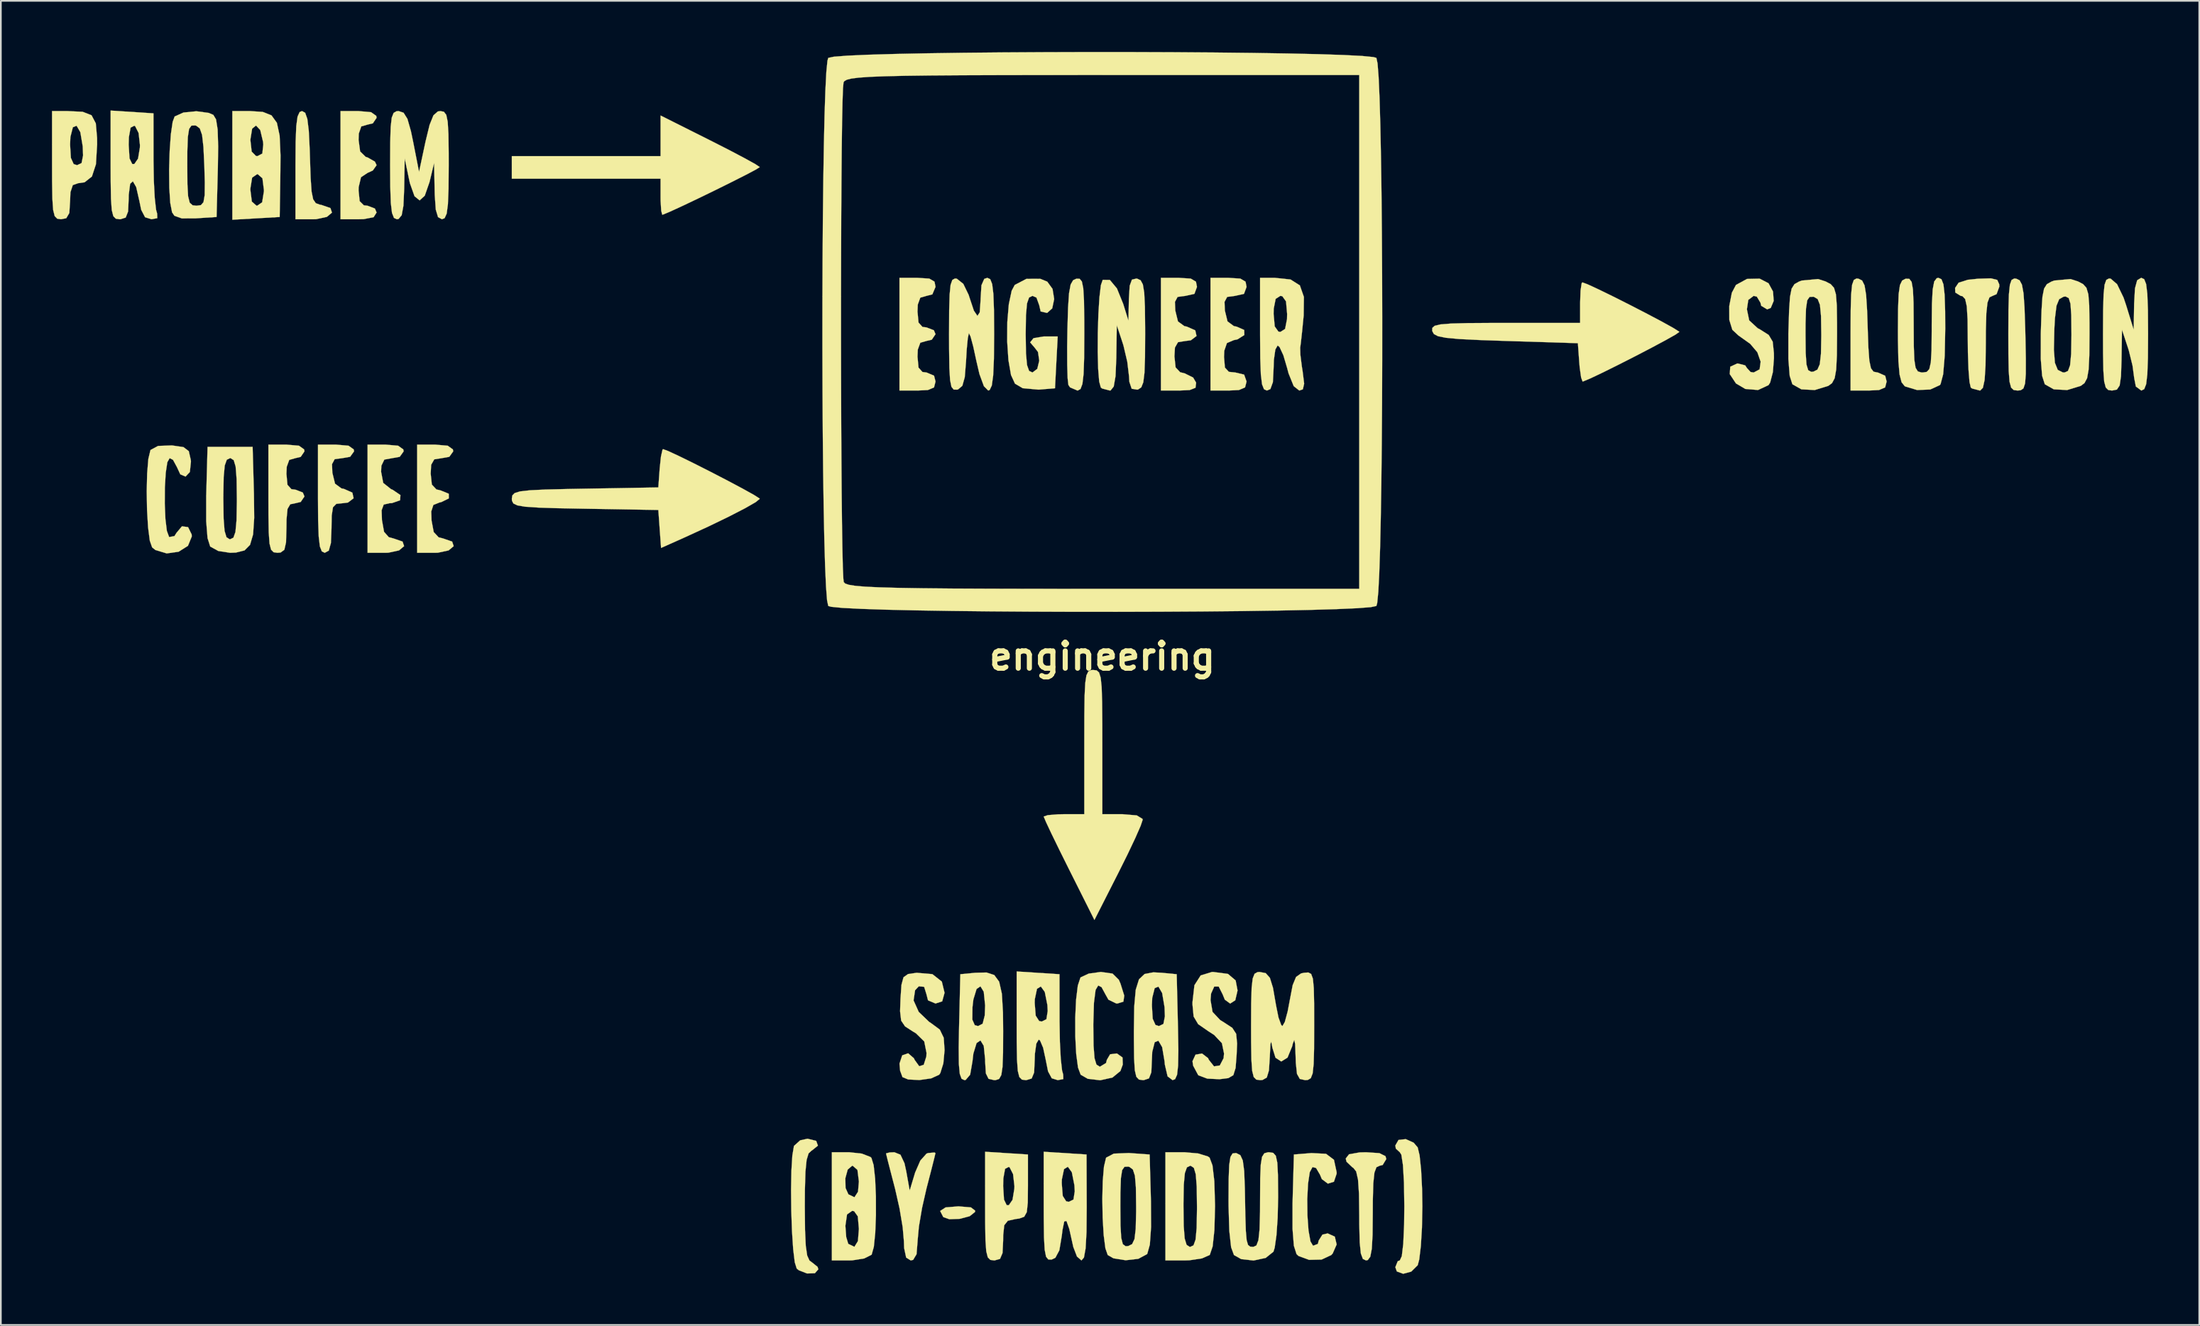
<source format=kicad_pcb>
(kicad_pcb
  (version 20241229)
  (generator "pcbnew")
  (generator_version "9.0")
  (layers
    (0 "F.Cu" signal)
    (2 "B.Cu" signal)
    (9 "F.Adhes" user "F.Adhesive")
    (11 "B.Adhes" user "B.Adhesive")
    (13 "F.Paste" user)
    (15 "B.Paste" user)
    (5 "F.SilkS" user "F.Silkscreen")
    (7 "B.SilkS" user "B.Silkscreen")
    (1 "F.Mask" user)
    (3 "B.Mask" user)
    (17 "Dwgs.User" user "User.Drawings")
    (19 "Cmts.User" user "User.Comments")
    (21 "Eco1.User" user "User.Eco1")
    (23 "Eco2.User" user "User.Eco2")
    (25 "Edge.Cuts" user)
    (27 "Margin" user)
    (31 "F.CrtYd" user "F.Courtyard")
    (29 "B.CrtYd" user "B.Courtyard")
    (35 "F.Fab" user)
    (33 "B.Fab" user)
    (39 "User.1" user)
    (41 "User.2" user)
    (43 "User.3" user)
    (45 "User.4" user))
  (footprint "engineering"
    (layer "F.Cu")
    (at 61.653 35.485)
    (property "Reference" "engineering" (at 0 0 0) (layer "F.SilkS") (effects (font (size 1.524 1.524) (thickness 0.3))))
    (attr through_hole)
    (fp_poly (pts (xy -7.713 32.341) (xy -7.462 32.533) (xy -7.473 32.61) (xy -7.787 32.859) (xy -8.374 33.014) (xy -8.983 33.035) (xy -9.336 32.909) (xy -9.519 32.551) (xy -9.2 32.342) (xy -8.445 32.279) (xy -7.713 32.341)) (stroke (width 0.01) (type solid)) (fill yes) (layer "F.SilkS"))
    (fp_poly (pts (xy -46.789 -31.913) (xy -46.663 -31.554) (xy -46.578 -30.855) (xy -46.523 -29.734) (xy -46.51 -29.303) (xy -46.469 -28.081) (xy -46.414 -27.29) (xy -46.32 -26.831) (xy -46.165 -26.607) (xy -45.923 -26.519) (xy -45.839 -26.506) (xy -45.307 -26.322) (xy -45.217 -26.055) (xy -45.514 -25.804) (xy -46.144 -25.669) (xy -46.302 -25.665) (xy -47.36 -25.665) (xy -47.36 -28.84) (xy -47.35 -30.214) (xy -47.312 -31.138) (xy -47.237 -31.693) (xy -47.115 -31.958) (xy -46.973 -32.015) (xy -46.789 -31.913)) (stroke (width 0.01) (type solid)) (fill yes) (layer "F.SilkS"))
    (fp_poly (pts (xy -23.019 -30.295) (xy -21.906 -29.729) (xy -20.99 -29.246) (xy -20.361 -28.897) (xy -20.109 -28.729) (xy -20.108 -28.725) (xy -20.329 -28.585) (xy -20.915 -28.275) (xy -21.755 -27.85) (xy -22.734 -27.365) (xy -23.739 -26.877) (xy -24.659 -26.44) (xy -25.378 -26.109) (xy -25.786 -25.94) (xy -25.831 -25.929) (xy -25.892 -26.164) (xy -25.927 -26.751) (xy -25.929 -26.988) (xy -25.929 -28.046) (xy -34.66 -28.046) (xy -34.66 -29.369) (xy -25.929 -29.369) (xy -25.929 -31.754) (xy -23.019 -30.295)) (stroke (width 0.01) (type solid)) (fill yes) (layer "F.SilkS"))
    (fp_poly (pts (xy -1.329 -22.169) (xy -1.199 -22.008) (xy -1.118 -21.611) (xy -1.076 -20.895) (xy -1.06 -19.779) (xy -1.058 -18.937) (xy -1.067 -17.535) (xy -1.1 -16.582) (xy -1.168 -15.998) (xy -1.279 -15.701) (xy -1.443 -15.611) (xy -1.464 -15.61) (xy -1.896 -15.796) (xy -1.992 -15.941) (xy -2.036 -16.328) (xy -2.061 -17.121) (xy -2.064 -18.195) (xy -2.049 -19.179) (xy -2.011 -20.47) (xy -1.953 -21.324) (xy -1.86 -21.832) (xy -1.715 -22.086) (xy -1.521 -22.175) (xy -1.329 -22.169)) (stroke (width 0.01) (type solid)) (fill yes) (layer "F.SilkS"))
    (fp_poly (pts (xy 44.384 -22.175) (xy 44.598 -22.068) (xy 44.741 -21.783) (xy 44.833 -21.223) (xy 44.892 -20.295) (xy 44.922 -19.378) (xy 44.964 -18.155) (xy 45.022 -17.366) (xy 45.116 -16.919) (xy 45.267 -16.718) (xy 45.496 -16.669) (xy 45.518 -16.669) (xy 45.953 -16.477) (xy 46.037 -16.14) (xy 45.949 -15.793) (xy 45.59 -15.64) (xy 44.979 -15.61) (xy 43.921 -15.61) (xy 43.921 -18.937) (xy 43.927 -20.317) (xy 43.953 -21.249) (xy 44.01 -21.817) (xy 44.111 -22.102) (xy 44.267 -22.186) (xy 44.384 -22.175)) (stroke (width 0.01) (type solid)) (fill yes) (layer "F.SilkS"))
    (fp_poly (pts (xy 53.644 -22.175) (xy 53.842 -22.08) (xy 53.979 -21.825) (xy 54.071 -21.324) (xy 54.13 -20.489) (xy 54.172 -19.234) (xy 54.182 -18.848) (xy 54.208 -17.494) (xy 54.206 -16.582) (xy 54.163 -16.024) (xy 54.067 -15.734) (xy 53.905 -15.626) (xy 53.719 -15.61) (xy 53.496 -15.639) (xy 53.345 -15.781) (xy 53.252 -16.123) (xy 53.203 -16.75) (xy 53.184 -17.749) (xy 53.181 -18.937) (xy 53.187 -20.317) (xy 53.213 -21.249) (xy 53.271 -21.817) (xy 53.371 -22.102) (xy 53.527 -22.186) (xy 53.644 -22.175)) (stroke (width 0.01) (type solid)) (fill yes) (layer "F.SilkS"))
    (fp_poly (pts (xy 18.276 28.543) (xy 18.512 28.822) (xy 18.623 29.287) (xy 18.713 30.148) (xy 18.77 31.275) (xy 18.785 32.279) (xy 18.762 33.522) (xy 18.697 34.606) (xy 18.602 35.4) (xy 18.512 35.736) (xy 18.133 36.111) (xy 17.659 36.238) (xy 17.288 36.102) (xy 17.198 35.851) (xy 17.341 35.499) (xy 17.462 35.454) (xy 17.579 35.2) (xy 17.665 34.478) (xy 17.715 33.348) (xy 17.727 32.279) (xy 17.706 30.885) (xy 17.646 29.854) (xy 17.552 29.246) (xy 17.462 29.104) (xy 17.228 28.89) (xy 17.198 28.707) (xy 17.385 28.382) (xy 17.811 28.333) (xy 18.276 28.543)) (stroke (width 0.01) (type solid)) (fill yes) (layer "F.SilkS"))
    (fp_poly (pts (xy -44.243 -12.37) (xy -43.94 -12.153) (xy -43.921 -12.039) (xy -44.152 -11.72) (xy -44.599 -11.642) (xy -45.059 -11.58) (xy -45.215 -11.287) (xy -45.194 -10.782) (xy -45.036 -10.139) (xy -44.66 -9.866) (xy -44.516 -9.837) (xy -44.021 -9.618) (xy -43.947 -9.287) (xy -44.28 -9.034) (xy -44.582 -8.996) (xy -44.961 -8.958) (xy -45.158 -8.758) (xy -45.233 -8.267) (xy -45.244 -7.541) (xy -45.279 -6.663) (xy -45.404 -6.211) (xy -45.641 -6.085) (xy -45.812 -6.165) (xy -45.927 -6.458) (xy -45.996 -7.045) (xy -46.03 -8.007) (xy -46.038 -9.26) (xy -46.038 -12.435) (xy -44.979 -12.435) (xy -44.243 -12.37)) (stroke (width 0.01) (type solid)) (fill yes) (layer "F.SilkS"))
    (fp_poly (pts (xy -42.92 -31.949) (xy -42.617 -31.732) (xy -42.598 -31.618) (xy -42.818 -31.294) (xy -43.127 -31.221) (xy -43.497 -31.113) (xy -43.642 -30.696) (xy -43.656 -30.326) (xy -43.564 -29.646) (xy -43.239 -29.328) (xy -43.127 -29.292) (xy -42.697 -29.048) (xy -42.598 -28.84) (xy -42.819 -28.527) (xy -43.127 -28.387) (xy -43.514 -28.13) (xy -43.652 -27.544) (xy -43.656 -27.354) (xy -43.592 -26.728) (xy -43.346 -26.483) (xy -43.127 -26.458) (xy -42.696 -26.293) (xy -42.598 -26.061) (xy -42.773 -25.785) (xy -43.352 -25.672) (xy -43.656 -25.665) (xy -44.715 -25.665) (xy -44.715 -32.015) (xy -43.656 -32.015) (xy -42.92 -31.949)) (stroke (width 0.01) (type solid)) (fill yes) (layer "F.SilkS"))
    (fp_poly (pts (xy -41.333 -12.37) (xy -41.03 -12.153) (xy -41.01 -12.039) (xy -41.24 -11.719) (xy -41.672 -11.642) (xy -42.143 -11.557) (xy -42.317 -11.197) (xy -42.333 -10.841) (xy -42.209 -10.188) (xy -41.751 -9.822) (xy -41.656 -9.784) (xy -41.197 -9.472) (xy -41.222 -9.167) (xy -41.7 -9.001) (xy -41.836 -8.996) (xy -42.18 -8.916) (xy -42.303 -8.581) (xy -42.283 -8.004) (xy -42.16 -7.316) (xy -41.88 -7) (xy -41.606 -6.927) (xy -41.073 -6.743) (xy -40.983 -6.476) (xy -41.281 -6.225) (xy -41.911 -6.09) (xy -42.069 -6.085) (xy -43.127 -6.085) (xy -43.127 -12.435) (xy -42.069 -12.435) (xy -41.333 -12.37)) (stroke (width 0.01) (type solid)) (fill yes) (layer "F.SilkS"))
    (fp_poly (pts (xy -38.422 -12.37) (xy -38.119 -12.153) (xy -38.1 -12.039) (xy -38.33 -11.719) (xy -38.761 -11.642) (xy -39.212 -11.571) (xy -39.394 -11.253) (xy -39.423 -10.734) (xy -39.355 -10.091) (xy -39.087 -9.805) (xy -38.828 -9.742) (xy -38.362 -9.552) (xy -38.359 -9.276) (xy -38.805 -9.059) (xy -38.898 -9.042) (xy -39.264 -8.896) (xy -39.39 -8.511) (xy -39.372 -7.983) (xy -39.245 -7.303) (xy -38.955 -6.993) (xy -38.695 -6.927) (xy -38.163 -6.743) (xy -38.073 -6.476) (xy -38.37 -6.225) (xy -39 -6.09) (xy -39.158 -6.085) (xy -40.217 -6.085) (xy -40.217 -12.435) (xy -39.158 -12.435) (xy -38.422 -12.37)) (stroke (width 0.01) (type solid)) (fill yes) (layer "F.SilkS"))
    (fp_poly (pts (xy -10.156 -22.181) (xy -9.85 -22.001) (xy -9.79 -21.696) (xy -9.977 -21.254) (xy -10.319 -21.167) (xy -10.683 -21.063) (xy -10.831 -20.659) (xy -10.848 -20.241) (xy -10.789 -19.602) (xy -10.558 -19.345) (xy -10.319 -19.315) (xy -9.888 -19.149) (xy -9.79 -18.918) (xy -10.01 -18.594) (xy -10.319 -18.521) (xy -10.683 -18.417) (xy -10.831 -18.013) (xy -10.848 -17.595) (xy -10.789 -16.957) (xy -10.558 -16.699) (xy -10.319 -16.669) (xy -9.877 -16.482) (xy -9.79 -16.14) (xy -9.878 -15.793) (xy -10.237 -15.64) (xy -10.848 -15.61) (xy -11.906 -15.61) (xy -11.906 -22.225) (xy -10.848 -22.225) (xy -10.156 -22.181)) (stroke (width 0.01) (type solid)) (fill yes) (layer "F.SilkS"))
    (fp_poly (pts (xy 5.19 -22.181) (xy 5.496 -22.001) (xy 5.556 -21.696) (xy 5.406 -21.285) (xy 4.879 -21.167) (xy 4.878 -21.167) (xy 4.418 -21.105) (xy 4.262 -20.812) (xy 4.283 -20.307) (xy 4.441 -19.664) (xy 4.817 -19.391) (xy 4.961 -19.362) (xy 5.456 -19.143) (xy 5.53 -18.812) (xy 5.197 -18.559) (xy 4.895 -18.521) (xy 4.444 -18.45) (xy 4.262 -18.132) (xy 4.233 -17.613) (xy 4.301 -16.97) (xy 4.57 -16.684) (xy 4.826 -16.621) (xy 5.33 -16.373) (xy 5.507 -16.073) (xy 5.47 -15.773) (xy 5.127 -15.638) (xy 4.517 -15.61) (xy 3.44 -15.61) (xy 3.44 -22.225) (xy 4.498 -22.225) (xy 5.19 -22.181)) (stroke (width 0.01) (type solid)) (fill yes) (layer "F.SilkS"))
    (fp_poly (pts (xy 8.101 -22.181) (xy 8.407 -22.001) (xy 8.467 -21.696) (xy 8.316 -21.285) (xy 7.79 -21.167) (xy 7.788 -21.167) (xy 7.328 -21.105) (xy 7.173 -20.812) (xy 7.193 -20.307) (xy 7.349 -19.668) (xy 7.722 -19.393) (xy 7.887 -19.36) (xy 8.329 -19.165) (xy 8.336 -18.868) (xy 7.939 -18.617) (xy 7.718 -18.569) (xy 7.315 -18.399) (xy 7.159 -17.947) (xy 7.144 -17.576) (xy 7.196 -16.958) (xy 7.427 -16.708) (xy 7.805 -16.669) (xy 8.324 -16.545) (xy 8.467 -16.14) (xy 8.378 -15.793) (xy 8.019 -15.64) (xy 7.408 -15.61) (xy 6.35 -15.61) (xy 6.35 -22.225) (xy 7.408 -22.225) (xy 8.101 -22.181)) (stroke (width 0.01) (type solid)) (fill yes) (layer "F.SilkS"))
    (fp_poly (pts (xy 16.263 29.156) (xy 16.62 29.333) (xy 16.669 29.501) (xy 16.457 29.852) (xy 16.272 29.898) (xy 16.091 29.983) (xy 15.973 30.296) (xy 15.906 30.921) (xy 15.878 31.944) (xy 15.875 32.676) (xy 15.863 33.945) (xy 15.818 34.77) (xy 15.729 35.237) (xy 15.583 35.432) (xy 15.478 35.454) (xy 15.293 35.367) (xy 15.175 35.047) (xy 15.109 34.408) (xy 15.083 33.362) (xy 15.081 32.8) (xy 15.065 31.534) (xy 15.009 30.708) (xy 14.9 30.23) (xy 14.726 30.013) (xy 14.684 29.994) (xy 14.333 29.66) (xy 14.287 29.473) (xy 14.481 29.223) (xy 15.105 29.113) (xy 15.478 29.104) (xy 16.263 29.156)) (stroke (width 0.01) (type solid)) (fill yes) (layer "F.SilkS"))
    (fp_poly (pts (xy -47.154 -12.37) (xy -46.85 -12.153) (xy -46.831 -12.039) (xy -47.052 -11.715) (xy -47.36 -11.642) (xy -47.725 -11.538) (xy -47.872 -11.134) (xy -47.89 -10.716) (xy -47.83 -10.077) (xy -47.599 -9.82) (xy -47.36 -9.79) (xy -46.929 -9.624) (xy -46.831 -9.393) (xy -47.052 -9.069) (xy -47.36 -8.996) (xy -47.666 -8.933) (xy -47.826 -8.66) (xy -47.884 -8.051) (xy -47.89 -7.541) (xy -47.913 -6.7) (xy -48.012 -6.262) (xy -48.233 -6.101) (xy -48.419 -6.085) (xy -48.642 -6.117) (xy -48.792 -6.268) (xy -48.883 -6.629) (xy -48.929 -7.285) (xy -48.946 -8.326) (xy -48.948 -9.26) (xy -48.948 -12.435) (xy -47.89 -12.435) (xy -47.154 -12.37)) (stroke (width 0.01) (type solid)) (fill yes) (layer "F.SilkS"))
    (fp_poly (pts (xy -16.794 28.436) (xy -16.693 28.716) (xy -17.05 29.002) (xy -17.066 29.008) (xy -17.241 29.171) (xy -17.357 29.555) (xy -17.426 30.244) (xy -17.458 31.323) (xy -17.463 32.279) (xy -17.45 33.658) (xy -17.407 34.593) (xy -17.323 35.167) (xy -17.187 35.465) (xy -17.066 35.55) (xy -16.715 35.83) (xy -16.669 35.975) (xy -16.871 36.205) (xy -17.329 36.221) (xy -17.815 36.032) (xy -17.939 35.93) (xy -18.053 35.563) (xy -18.146 34.792) (xy -18.215 33.744) (xy -18.257 32.545) (xy -18.27 31.319) (xy -18.25 30.195) (xy -18.195 29.296) (xy -18.103 28.748) (xy -18.096 28.729) (xy -17.735 28.404) (xy -17.302 28.31) (xy -16.794 28.436)) (stroke (width 0.01) (type solid)) (fill yes) (layer "F.SilkS"))
    (fp_poly (pts (xy 52.531 -22.103) (xy 52.647 -21.845) (xy 52.652 -21.71) (xy 52.49 -21.268) (xy 52.255 -21.167) (xy 52.074 -21.081) (xy 51.956 -20.769) (xy 51.889 -20.144) (xy 51.861 -19.121) (xy 51.858 -18.389) (xy 51.842 -17.085) (xy 51.789 -16.237) (xy 51.688 -15.771) (xy 51.53 -15.612) (xy 51.506 -15.61) (xy 51.056 -15.728) (xy 50.976 -15.787) (xy 50.901 -16.111) (xy 50.842 -16.841) (xy 50.807 -17.854) (xy 50.8 -18.565) (xy 50.788 -19.778) (xy 50.742 -20.553) (xy 50.647 -20.98) (xy 50.489 -21.15) (xy 50.384 -21.167) (xy 50.067 -21.364) (xy 50.055 -21.63) (xy 50.262 -21.941) (xy 50.809 -22.113) (xy 51.398 -22.173) (xy 52.159 -22.196) (xy 52.531 -22.103)) (stroke (width 0.01) (type solid)) (fill yes) (layer "F.SilkS"))
    (fp_poly (pts (xy -11.848 29.248) (xy -11.612 29.751) (xy -11.508 30.229) (xy -11.307 31.353) (xy -10.988 30.295) (xy -10.682 29.592) (xy -10.321 29.187) (xy -10.229 29.151) (xy -9.855 29.119) (xy -9.794 29.151) (xy -9.859 29.429) (xy -10.025 30.088) (xy -10.261 30.999) (xy -10.319 31.221) (xy -10.578 32.359) (xy -10.766 33.465) (xy -10.843 34.305) (xy -10.843 34.33) (xy -10.905 35.091) (xy -11.104 35.422) (xy -11.245 35.454) (xy -11.514 35.288) (xy -11.633 34.729) (xy -11.646 34.33) (xy -11.718 33.505) (xy -11.902 32.405) (xy -12.16 31.263) (xy -12.171 31.221) (xy -12.417 30.275) (xy -12.602 29.556) (xy -12.692 29.19) (xy -12.695 29.17) (xy -12.478 29.115) (xy -12.205 29.104) (xy -11.848 29.248)) (stroke (width 0.01) (type solid)) (fill yes) (layer "F.SilkS"))
    (fp_poly (pts (xy -0.331 0.818) (xy -0.19 0.943) (xy -0.096 1.245) (xy -0.039 1.798) (xy -0.011 2.681) (xy -0.001 3.968) (xy 0 5.027) (xy 0 9.26) (xy 1.191 9.26) (xy 2.022 9.33) (xy 2.36 9.536) (xy 2.368 9.591) (xy 2.248 9.947) (xy 1.933 10.665) (xy 1.471 11.639) (xy 0.945 12.695) (xy -0.463 15.468) (xy -1.951 12.501) (xy -2.516 11.364) (xy -2.983 10.406) (xy -3.305 9.722) (xy -3.438 9.405) (xy -3.44 9.397) (xy -3.203 9.316) (xy -2.604 9.267) (xy -2.249 9.26) (xy -1.058 9.26) (xy -1.058 5.027) (xy -1.055 3.444) (xy -1.04 2.314) (xy -1.002 1.561) (xy -0.933 1.109) (xy -0.822 0.881) (xy -0.662 0.802) (xy -0.529 0.794) (xy -0.331 0.818)) (stroke (width 0.01) (type solid)) (fill yes) (layer "F.SilkS"))
    (fp_poly (pts (xy 13.132 29.196) (xy 13.597 29.547) (xy 13.753 30.272) (xy 13.754 30.361) (xy 13.595 30.835) (xy 13.239 30.946) (xy 12.885 30.68) (xy 12.774 30.416) (xy 12.544 30.026) (xy 12.336 29.975) (xy 12.176 30.276) (xy 12.075 30.95) (xy 12.029 31.845) (xy 12.039 32.81) (xy 12.102 33.692) (xy 12.218 34.338) (xy 12.369 34.594) (xy 12.653 34.484) (xy 12.7 34.286) (xy 12.921 33.938) (xy 13.229 33.867) (xy 13.647 34.06) (xy 13.755 34.516) (xy 13.522 35.047) (xy 13.441 35.137) (xy 12.871 35.404) (xy 12.138 35.421) (xy 11.518 35.195) (xy 11.4 35.085) (xy 11.243 34.592) (xy 11.165 33.599) (xy 11.165 32.128) (xy 11.169 31.976) (xy 11.245 29.236) (xy 12.276 29.152) (xy 13.132 29.196)) (stroke (width 0.01) (type solid)) (fill yes) (layer "F.SilkS"))
    (fp_poly (pts (xy -59.851 -31.972) (xy -59.329 -31.769) (xy -59.08 -31.296) (xy -59.005 -30.443) (xy -59.002 -30.055) (xy -59.072 -28.893) (xy -59.306 -28.176) (xy -59.736 -27.834) (xy -60.113 -27.781) (xy -60.429 -27.67) (xy -60.568 -27.251) (xy -60.59 -26.723) (xy -60.634 -26.031) (xy -60.813 -25.725) (xy -61.119 -25.665) (xy -61.342 -25.696) (xy -61.492 -25.848) (xy -61.583 -26.208) (xy -61.629 -26.865) (xy -61.646 -27.905) (xy -61.648 -28.84) (xy -61.648 -30.052) (xy -60.59 -30.052) (xy -60.543 -29.268) (xy -60.378 -28.903) (xy -60.177 -28.84) (xy -59.915 -28.963) (xy -59.827 -29.409) (xy -59.847 -29.943) (xy -59.988 -30.777) (xy -60.207 -31.154) (xy -60.426 -31.064) (xy -60.57 -30.496) (xy -60.59 -30.052) (xy -61.648 -30.052) (xy -61.648 -32.015) (xy -60.744 -32.015) (xy -59.851 -31.972)) (stroke (width 0.01) (type solid)) (fill yes) (layer "F.SilkS"))
    (fp_poly (pts (xy -25.481 -12.058) (xy -24.838 -11.759) (xy -23.967 -11.331) (xy -22.98 -10.832) (xy -21.99 -10.319) (xy -21.11 -9.851) (xy -20.45 -9.484) (xy -20.125 -9.276) (xy -20.108 -9.255) (xy -20.337 -9.064) (xy -20.966 -8.702) (xy -21.913 -8.214) (xy -23.094 -7.642) (xy -24.426 -7.029) (xy -24.525 -6.984) (xy -25.9 -6.37) (xy -25.981 -7.484) (xy -26.061 -8.599) (xy -30.361 -8.672) (xy -31.959 -8.702) (xy -33.104 -8.738) (xy -33.87 -8.789) (xy -34.334 -8.867) (xy -34.569 -8.981) (xy -34.652 -9.141) (xy -34.66 -9.26) (xy -34.631 -9.453) (xy -34.494 -9.592) (xy -34.173 -9.69) (xy -33.594 -9.755) (xy -32.679 -9.799) (xy -31.356 -9.831) (xy -30.361 -9.849) (xy -26.061 -9.922) (xy -25.98 -11.046) (xy -25.907 -11.733) (xy -25.818 -12.131) (xy -25.785 -12.171) (xy -25.481 -12.058)) (stroke (width 0.01) (type solid)) (fill yes) (layer "F.SilkS"))
    (fp_poly (pts (xy -5.622 29.156) (xy -4.366 29.236) (xy -4.366 31.089) (xy -4.375 32.057) (xy -4.433 32.617) (xy -4.585 32.89) (xy -4.876 32.996) (xy -5.093 33.024) (xy -5.545 33.125) (xy -5.757 33.39) (xy -5.818 33.975) (xy -5.821 34.281) (xy -5.857 35.018) (xy -6.004 35.364) (xy -6.325 35.454) (xy -6.35 35.454) (xy -6.573 35.423) (xy -6.723 35.272) (xy -6.814 34.912) (xy -6.86 34.258) (xy -6.877 33.22) (xy -6.879 32.265) (xy -6.879 31.089) (xy -5.821 31.089) (xy -5.771 31.885) (xy -5.612 32.21) (xy -5.49 32.213) (xy -5.271 31.896) (xy -5.163 31.241) (xy -5.159 31.089) (xy -5.239 30.389) (xy -5.441 29.991) (xy -5.49 29.964) (xy -5.708 30.077) (xy -5.809 30.636) (xy -5.821 31.089) (xy -6.879 31.089) (xy -6.879 29.075) (xy -5.622 29.156)) (stroke (width 0.01) (type solid)) (fill yes) (layer "F.SilkS"))
    (fp_poly (pts (xy -53.935 -12.29) (xy -53.622 -12.053) (xy -53.504 -11.535) (xy -53.495 -11.443) (xy -53.559 -10.827) (xy -53.812 -10.559) (xy -54.121 -10.691) (xy -54.316 -11.113) (xy -54.549 -11.542) (xy -54.744 -11.642) (xy -54.881 -11.402) (xy -54.975 -10.78) (xy -55.026 -9.921) (xy -55.032 -8.971) (xy -54.994 -8.073) (xy -54.909 -7.374) (xy -54.779 -7.019) (xy -54.767 -7.01) (xy -54.464 -7.067) (xy -54.342 -7.259) (xy -54.023 -7.64) (xy -53.663 -7.592) (xy -53.453 -7.164) (xy -53.446 -7.04) (xy -53.67 -6.494) (xy -54.22 -6.147) (xy -54.916 -6.049) (xy -55.578 -6.247) (xy -55.774 -6.403) (xy -55.911 -6.798) (xy -56.011 -7.575) (xy -56.072 -8.589) (xy -56.091 -9.694) (xy -56.066 -10.744) (xy -55.996 -11.594) (xy -55.876 -12.098) (xy -55.862 -12.123) (xy -55.424 -12.358) (xy -54.61 -12.388) (xy -53.935 -12.29)) (stroke (width 0.01) (type solid)) (fill yes) (layer "F.SilkS"))
    (fp_poly (pts (xy -49.798 -9.564) (xy -49.782 -8.141) (xy -49.847 -7.164) (xy -50.026 -6.552) (xy -50.351 -6.224) (xy -50.856 -6.098) (xy -51.197 -6.085) (xy -51.89 -6.192) (xy -52.36 -6.45) (xy -52.365 -6.455) (xy -52.521 -6.948) (xy -52.6 -7.941) (xy -52.6 -9.26) (xy -51.594 -9.26) (xy -51.578 -8.099) (xy -51.522 -7.375) (xy -51.409 -6.999) (xy -51.226 -6.88) (xy -51.197 -6.879) (xy -51.003 -6.972) (xy -50.883 -7.311) (xy -50.82 -7.986) (xy -50.8 -9.087) (xy -50.8 -9.26) (xy -50.815 -10.422) (xy -50.872 -11.146) (xy -50.984 -11.522) (xy -51.168 -11.64) (xy -51.197 -11.642) (xy -51.39 -11.549) (xy -51.511 -11.21) (xy -51.574 -10.535) (xy -51.594 -9.433) (xy -51.594 -9.26) (xy -52.6 -9.26) (xy -52.599 -9.411) (xy -52.595 -9.564) (xy -52.52 -12.303) (xy -49.874 -12.303) (xy -49.798 -9.564)) (stroke (width 0.01) (type solid)) (fill yes) (layer "F.SilkS"))
    (fp_poly (pts (xy -0.926 29.236) (xy -0.916 32.345) (xy -0.928 33.783) (xy -0.981 34.746) (xy -1.078 35.285) (xy -1.225 35.454) (xy -1.226 35.454) (xy -1.489 35.224) (xy -1.704 34.662) (xy -1.719 34.594) (xy -1.938 33.61) (xy -2.105 33.138) (xy -2.235 33.165) (xy -2.34 33.678) (xy -2.377 33.997) (xy -2.522 34.86) (xy -2.755 35.298) (xy -2.977 35.405) (xy -3.172 35.398) (xy -3.303 35.234) (xy -3.383 34.828) (xy -3.424 34.099) (xy -3.438 32.961) (xy -3.44 32.284) (xy -3.44 30.934) (xy -2.381 30.934) (xy -2.322 31.669) (xy -2.121 31.983) (xy -1.968 32.015) (xy -1.694 31.879) (xy -1.618 31.396) (xy -1.638 31.043) (xy -1.79 30.277) (xy -2.023 29.956) (xy -2.247 30.094) (xy -2.375 30.701) (xy -2.381 30.934) (xy -3.44 30.934) (xy -3.44 29.075) (xy -0.926 29.236)) (stroke (width 0.01) (type solid)) (fill yes) (layer "F.SilkS"))
    (fp_poly (pts (xy -49.278 -31.965) (xy -48.767 -31.763) (xy -48.451 -31.327) (xy -48.289 -30.575) (xy -48.238 -29.427) (xy -48.244 -28.514) (xy -48.286 -25.797) (xy -49.676 -25.717) (xy -51.065 -25.637) (xy -51.065 -27.384) (xy -50.006 -27.384) (xy -49.92 -26.699) (xy -49.646 -26.46) (xy -49.609 -26.458) (xy -49.316 -26.659) (xy -49.213 -27.3) (xy -49.212 -27.384) (xy -49.299 -28.069) (xy -49.573 -28.309) (xy -49.609 -28.31) (xy -49.903 -28.11) (xy -50.006 -27.469) (xy -50.006 -27.384) (xy -51.065 -27.384) (xy -51.065 -30.317) (xy -50.006 -30.317) (xy -49.93 -29.634) (xy -49.676 -29.377) (xy -49.593 -29.369) (xy -49.305 -29.521) (xy -49.249 -30.048) (xy -49.262 -30.208) (xy -49.427 -30.902) (xy -49.676 -31.165) (xy -49.903 -30.983) (xy -50.006 -30.341) (xy -50.006 -30.317) (xy -51.065 -30.317) (xy -51.065 -32.015) (xy -50.025 -32.015) (xy -49.278 -31.965)) (stroke (width 0.01) (type solid)) (fill yes) (layer "F.SilkS"))
    (fp_poly (pts (xy -3.231 -22.001) (xy -2.922 -21.576) (xy -2.826 -20.979) (xy -2.94 -20.433) (xy -3.241 -20.165) (xy -3.619 -20.251) (xy -3.704 -20.618) (xy -3.865 -21.064) (xy -4.101 -21.167) (xy -4.299 -21.071) (xy -4.421 -20.721) (xy -4.482 -20.026) (xy -4.498 -18.918) (xy -4.481 -17.793) (xy -4.419 -17.105) (xy -4.297 -16.761) (xy -4.101 -16.669) (xy -3.818 -16.883) (xy -3.702 -17.364) (xy -3.776 -17.872) (xy -3.969 -18.124) (xy -4.237 -18.438) (xy -4.039 -18.684) (xy -3.437 -18.785) (xy -3.426 -18.785) (xy -2.619 -18.785) (xy -2.699 -17.264) (xy -2.778 -15.743) (xy -3.737 -15.663) (xy -4.669 -15.745) (xy -5.126 -16.012) (xy -5.359 -16.519) (xy -5.511 -17.394) (xy -5.584 -18.481) (xy -5.577 -19.626) (xy -5.489 -20.675) (xy -5.32 -21.471) (xy -5.14 -21.809) (xy -4.457 -22.165) (xy -3.644 -22.169) (xy -3.231 -22.001)) (stroke (width 0.01) (type solid)) (fill yes) (layer "F.SilkS"))
    (fp_poly (pts (xy 5.622 29.174) (xy 6.193 29.349) (xy 6.297 29.422) (xy 6.466 29.874) (xy 6.574 30.804) (xy 6.614 32.162) (xy 6.615 32.279) (xy 6.579 33.667) (xy 6.476 34.63) (xy 6.312 35.12) (xy 6.297 35.137) (xy 5.849 35.335) (xy 5.112 35.446) (xy 4.842 35.454) (xy 3.704 35.454) (xy 3.704 32.279) (xy 4.763 32.279) (xy 4.778 33.441) (xy 4.834 34.165) (xy 4.947 34.54) (xy 5.131 34.659) (xy 5.159 34.66) (xy 5.353 34.568) (xy 5.474 34.229) (xy 5.536 33.554) (xy 5.556 32.452) (xy 5.556 32.279) (xy 5.541 31.117) (xy 5.484 30.394) (xy 5.372 30.018) (xy 5.188 29.899) (xy 5.159 29.898) (xy 4.966 29.991) (xy 4.845 30.329) (xy 4.782 31.004) (xy 4.763 32.106) (xy 4.763 32.279) (xy 3.704 32.279) (xy 3.704 29.104) (xy 4.842 29.104) (xy 5.622 29.174)) (stroke (width 0.01) (type solid)) (fill yes) (layer "F.SilkS"))
    (fp_poly (pts (xy -55.695 -31.882) (xy -55.693 -29.104) (xy -55.673 -27.92) (xy -55.62 -26.918) (xy -55.543 -26.228) (xy -55.479 -25.995) (xy -55.471 -25.728) (xy -55.808 -25.665) (xy -56.188 -25.782) (xy -56.415 -26.218) (xy -56.52 -26.729) (xy -56.708 -27.552) (xy -56.904 -27.893) (xy -57.064 -27.744) (xy -57.147 -27.093) (xy -57.15 -26.871) (xy -57.184 -26.121) (xy -57.324 -25.764) (xy -57.63 -25.665) (xy -57.679 -25.665) (xy -57.902 -25.696) (xy -58.052 -25.847) (xy -58.143 -26.206) (xy -58.189 -26.861) (xy -58.206 -27.899) (xy -58.208 -28.854) (xy -58.208 -30.03) (xy -57.15 -30.03) (xy -57.1 -29.234) (xy -56.941 -28.908) (xy -56.819 -28.906) (xy -56.6 -29.223) (xy -56.492 -29.878) (xy -56.489 -30.03) (xy -56.568 -30.73) (xy -56.77 -31.128) (xy -56.819 -31.155) (xy -57.037 -31.042) (xy -57.138 -30.483) (xy -57.15 -30.03) (xy -58.208 -30.03) (xy -58.208 -32.044) (xy -55.695 -31.882)) (stroke (width 0.01) (type solid)) (fill yes) (layer "F.SilkS"))
    (fp_poly (pts (xy -2.514 18.653) (xy -2.511 21.431) (xy -2.491 22.616) (xy -2.439 23.617) (xy -2.362 24.308) (xy -2.297 24.54) (xy -2.289 24.809) (xy -2.614 24.871) (xy -2.967 24.763) (xy -3.186 24.356) (xy -3.321 23.68) (xy -3.474 22.971) (xy -3.655 22.545) (xy -3.734 22.49) (xy -3.874 22.726) (xy -3.958 23.325) (xy -3.969 23.68) (xy -4.003 24.424) (xy -4.147 24.776) (xy -4.46 24.87) (xy -4.498 24.871) (xy -4.721 24.84) (xy -4.871 24.688) (xy -4.961 24.329) (xy -5.008 23.674) (xy -5.025 22.637) (xy -5.027 21.681) (xy -5.027 20.351) (xy -3.969 20.351) (xy -3.91 21.085) (xy -3.708 21.4) (xy -3.556 21.431) (xy -3.282 21.295) (xy -3.206 20.813) (xy -3.225 20.46) (xy -3.378 19.694) (xy -3.61 19.373) (xy -3.834 19.51) (xy -3.962 20.118) (xy -3.969 20.351) (xy -5.027 20.351) (xy -5.027 18.492) (xy -2.514 18.653)) (stroke (width 0.01) (type solid)) (fill yes) (layer "F.SilkS"))
    (fp_poly (pts (xy 0.6 18.616) (xy 0.969 18.981) (xy 1.065 19.2) (xy 1.288 19.912) (xy 1.237 20.266) (xy 0.89 20.372) (xy 0.825 20.373) (xy 0.359 20.149) (xy 0.188 19.844) (xy -0.045 19.414) (xy -0.24 19.315) (xy -0.395 19.574) (xy -0.492 20.334) (xy -0.529 21.571) (xy -0.529 21.696) (xy -0.514 22.858) (xy -0.457 23.581) (xy -0.345 23.957) (xy -0.161 24.076) (xy -0.132 24.077) (xy 0.218 23.865) (xy 0.265 23.68) (xy 0.457 23.353) (xy 0.858 23.305) (xy 1.187 23.542) (xy 1.202 23.956) (xy 1.061 24.336) (xy 0.596 24.718) (xy -0.122 24.878) (xy -0.853 24.793) (xy -1.27 24.553) (xy -1.427 24.132) (xy -1.533 23.332) (xy -1.587 22.303) (xy -1.589 21.192) (xy -1.54 20.149) (xy -1.439 19.321) (xy -1.287 18.858) (xy -1.27 18.838) (xy -0.799 18.617) (xy -0.098 18.521) (xy -0.073 18.521) (xy 0.6 18.616)) (stroke (width 0.01) (type solid)) (fill yes) (layer "F.SilkS"))
    (fp_poly (pts (xy 28.48 -21.848) (xy 29.125 -21.55) (xy 29.998 -21.124) (xy 30.986 -20.626) (xy 31.978 -20.114) (xy 32.861 -19.647) (xy 33.522 -19.28) (xy 33.85 -19.072) (xy 33.867 -19.05) (xy 33.648 -18.895) (xy 33.065 -18.566) (xy 32.232 -18.12) (xy 31.26 -17.614) (xy 30.262 -17.107) (xy 29.349 -16.655) (xy 28.635 -16.316) (xy 28.231 -16.148) (xy 28.19 -16.14) (xy 28.104 -16.375) (xy 28.02 -16.968) (xy 27.995 -17.264) (xy 27.914 -18.389) (xy 23.683 -18.521) (xy 22.085 -18.576) (xy 20.94 -18.634) (xy 20.172 -18.705) (xy 19.705 -18.798) (xy 19.462 -18.926) (xy 19.368 -19.098) (xy 19.364 -19.116) (xy 19.369 -19.287) (xy 19.507 -19.41) (xy 19.851 -19.493) (xy 20.474 -19.543) (xy 21.446 -19.569) (xy 22.842 -19.578) (xy 23.661 -19.579) (xy 28.046 -19.579) (xy 28.046 -20.77) (xy 28.071 -21.48) (xy 28.136 -21.906) (xy 28.175 -21.96) (xy 28.48 -21.848)) (stroke (width 0.01) (type solid)) (fill yes) (layer "F.SilkS"))
    (fp_poly (pts (xy -52.449 -31.907) (xy -52.18 -31.791) (xy -52.021 -31.526) (xy -51.928 -30.932) (xy -51.897 -29.94) (xy -51.915 -28.686) (xy -51.991 -25.797) (xy -53.214 -25.718) (xy -54.031 -25.715) (xy -54.464 -25.867) (xy -54.603 -26.07) (xy -54.71 -26.628) (xy -54.766 -27.51) (xy -54.776 -28.572) (xy -54.768 -28.859) (xy -53.71 -28.859) (xy -53.702 -27.723) (xy -53.662 -27.015) (xy -53.567 -26.636) (xy -53.396 -26.484) (xy -53.171 -26.458) (xy -52.913 -26.493) (xy -52.76 -26.666) (xy -52.689 -27.079) (xy -52.682 -27.835) (xy -52.708 -28.77) (xy -52.761 -29.906) (xy -52.842 -30.615) (xy -52.976 -30.997) (xy -53.184 -31.155) (xy -53.247 -31.171) (xy -53.467 -31.161) (xy -53.604 -30.965) (xy -53.678 -30.49) (xy -53.707 -29.64) (xy -53.71 -28.859) (xy -54.768 -28.859) (xy -54.744 -29.669) (xy -54.674 -30.654) (xy -54.568 -31.384) (xy -54.451 -31.697) (xy -53.933 -31.93) (xy -53.176 -32.004) (xy -52.449 -31.907)) (stroke (width 0.01) (type solid)) (fill yes) (layer "F.SilkS"))
    (fp_poly (pts (xy 2.051 -22.175) (xy 2.248 -22.083) (xy 2.38 -21.839) (xy 2.46 -21.355) (xy 2.5 -20.541) (xy 2.513 -19.31) (xy 2.514 -18.918) (xy 2.506 -17.565) (xy 2.474 -16.653) (xy 2.405 -16.093) (xy 2.287 -15.797) (xy 2.108 -15.675) (xy 2.051 -15.661) (xy 1.723 -15.715) (xy 1.586 -16.126) (xy 1.567 -16.451) (xy 1.466 -17.297) (xy 1.244 -18.241) (xy 1.198 -18.389) (xy 0.849 -19.447) (xy 0.821 -17.529) (xy 0.776 -16.459) (xy 0.67 -15.845) (xy 0.487 -15.616) (xy 0.441 -15.61) (xy -0.009 -15.728) (xy -0.088 -15.787) (xy -0.184 -16.139) (xy -0.244 -16.878) (xy -0.27 -17.873) (xy -0.265 -18.994) (xy -0.23 -20.109) (xy -0.169 -21.087) (xy -0.084 -21.797) (xy 0.023 -22.107) (xy 0.442 -22.102) (xy 0.858 -21.603) (xy 1.227 -20.693) (xy 1.532 -19.711) (xy 1.56 -20.988) (xy 1.607 -21.76) (xy 1.738 -22.12) (xy 2 -22.183) (xy 2.051 -22.175)) (stroke (width 0.01) (type solid)) (fill yes) (layer "F.SilkS"))
    (fp_poly (pts (xy 1.614 29.153) (xy 2.778 29.236) (xy 2.854 31.976) (xy 2.862 33.488) (xy 2.79 34.524) (xy 2.64 35.062) (xy 2.623 35.085) (xy 2.113 35.36) (xy 1.369 35.444) (xy 0.654 35.33) (xy 0.317 35.137) (xy 0.18 34.742) (xy 0.08 33.965) (xy 0.02 32.951) (xy 0.008 32.279) (xy 1.058 32.279) (xy 1.068 33.423) (xy 1.11 34.131) (xy 1.204 34.499) (xy 1.367 34.62) (xy 1.521 34.61) (xy 1.75 34.497) (xy 1.89 34.195) (xy 1.96 33.6) (xy 1.984 32.607) (xy 1.984 32.279) (xy 1.97 31.169) (xy 1.913 30.483) (xy 1.793 30.116) (xy 1.589 29.965) (xy 1.521 29.948) (xy 1.302 29.958) (xy 1.165 30.152) (xy 1.091 30.625) (xy 1.062 31.471) (xy 1.058 32.279) (xy 0.008 32.279) (xy 0.000358 31.847) (xy 0.025 30.797) (xy 0.096 29.947) (xy 0.215 29.443) (xy 0.229 29.418) (xy 0.675 29.184) (xy 1.557 29.149) (xy 1.614 29.153)) (stroke (width 0.01) (type solid)) (fill yes) (layer "F.SilkS"))
    (fp_poly (pts (xy -14.117 29.184) (xy -13.61 29.381) (xy -13.553 29.435) (xy -13.423 29.858) (xy -13.335 30.659) (xy -13.29 31.688) (xy -13.288 32.796) (xy -13.328 33.835) (xy -13.411 34.655) (xy -13.537 35.107) (xy -13.547 35.122) (xy -13.974 35.338) (xy -14.68 35.45) (xy -14.849 35.454) (xy -15.875 35.454) (xy -15.875 33.426) (xy -15.081 33.426) (xy -15.033 34.079) (xy -14.915 34.472) (xy -14.905 34.484) (xy -14.552 34.655) (xy -14.346 34.32) (xy -14.288 33.602) (xy -14.353 32.866) (xy -14.57 32.563) (xy -14.684 32.544) (xy -14.985 32.755) (xy -15.081 33.419) (xy -15.081 33.426) (xy -15.875 33.426) (xy -15.875 30.632) (xy -15.084 30.632) (xy -15.071 31.202) (xy -14.905 31.574) (xy -14.549 31.745) (xy -14.34 31.421) (xy -14.288 30.824) (xy -14.374 30.139) (xy -14.648 29.9) (xy -14.684 29.898) (xy -14.945 30.12) (xy -15.084 30.632) (xy -15.875 30.632) (xy -15.875 29.104) (xy -14.849 29.104) (xy -14.117 29.184)) (stroke (width 0.01) (type solid)) (fill yes) (layer "F.SilkS"))
    (fp_poly (pts (xy -6.343 18.7) (xy -6.055 19.091) (xy -5.896 19.801) (xy -5.831 20.908) (xy -5.821 21.993) (xy -5.827 23.258) (xy -5.857 24.086) (xy -5.928 24.569) (xy -6.056 24.799) (xy -6.258 24.868) (xy -6.35 24.871) (xy -6.678 24.794) (xy -6.835 24.476) (xy -6.879 23.782) (xy -6.879 23.658) (xy -6.96 22.857) (xy -7.153 22.54) (xy -7.381 22.696) (xy -7.569 23.313) (xy -7.622 23.767) (xy -7.758 24.553) (xy -8.025 24.863) (xy -8.093 24.871) (xy -8.261 24.792) (xy -8.367 24.502) (xy -8.421 23.918) (xy -8.43 22.958) (xy -8.409 21.762) (xy -8.398 21.318) (xy -7.63 21.318) (xy -7.487 21.644) (xy -7.291 21.696) (xy -7.025 21.558) (xy -6.901 21.073) (xy -6.879 20.483) (xy -6.96 19.682) (xy -7.153 19.365) (xy -7.381 19.521) (xy -7.569 20.138) (xy -7.622 20.592) (xy -7.63 21.318) (xy -8.398 21.318) (xy -8.334 18.653) (xy -7.457 18.569) (xy -6.799 18.552) (xy -6.343 18.7)) (stroke (width 0.01) (type solid)) (fill yes) (layer "F.SilkS"))
    (fp_poly (pts (xy 3.488 18.569) (xy 4.366 18.653) (xy 4.44 21.762) (xy 4.463 23.113) (xy 4.448 24.017) (xy 4.388 24.556) (xy 4.273 24.813) (xy 4.125 24.871) (xy 3.831 24.65) (xy 3.67 23.96) (xy 3.653 23.767) (xy 3.512 22.934) (xy 3.293 22.556) (xy 3.074 22.646) (xy 2.93 23.215) (xy 2.91 23.658) (xy 2.877 24.411) (xy 2.738 24.77) (xy 2.435 24.87) (xy 2.381 24.871) (xy 2.149 24.837) (xy 1.996 24.674) (xy 1.907 24.291) (xy 1.865 23.594) (xy 1.853 22.493) (xy 1.852 21.993) (xy 1.873 20.554) (xy 1.879 20.483) (xy 2.91 20.483) (xy 2.957 21.267) (xy 3.122 21.633) (xy 3.323 21.696) (xy 3.585 21.573) (xy 3.673 21.126) (xy 3.653 20.592) (xy 3.512 19.759) (xy 3.293 19.381) (xy 3.074 19.471) (xy 2.93 20.04) (xy 2.91 20.483) (xy 1.879 20.483) (xy 1.961 19.566) (xy 2.152 18.953) (xy 2.484 18.638) (xy 2.992 18.543) (xy 3.488 18.569)) (stroke (width 0.01) (type solid)) (fill yes) (layer "F.SilkS"))
    (fp_poly (pts (xy 61.155 -22.147) (xy 61.269 -21.86) (xy 61.339 -21.284) (xy 61.374 -20.339) (xy 61.383 -18.947) (xy 61.383 -18.918) (xy 61.374 -17.517) (xy 61.339 -16.565) (xy 61.27 -15.983) (xy 61.157 -15.692) (xy 60.99 -15.61) (xy 60.986 -15.61) (xy 60.665 -15.846) (xy 60.569 -16.338) (xy 60.471 -17.07) (xy 60.255 -17.95) (xy 60.2 -18.124) (xy 59.851 -19.182) (xy 59.824 -17.396) (xy 59.793 -16.443) (xy 59.714 -15.904) (xy 59.551 -15.665) (xy 59.269 -15.61) (xy 59.267 -15.61) (xy 59.048 -15.64) (xy 58.899 -15.787) (xy 58.807 -16.137) (xy 58.759 -16.776) (xy 58.74 -17.788) (xy 58.737 -18.937) (xy 58.744 -20.319) (xy 58.771 -21.253) (xy 58.829 -21.821) (xy 58.931 -22.105) (xy 59.087 -22.187) (xy 59.189 -22.177) (xy 59.563 -21.854) (xy 59.943 -21.067) (xy 60.089 -20.636) (xy 60.538 -19.182) (xy 60.564 -20.704) (xy 60.614 -21.608) (xy 60.742 -22.083) (xy 60.977 -22.225) (xy 60.986 -22.225) (xy 61.155 -22.147)) (stroke (width 0.01) (type solid)) (fill yes) (layer "F.SilkS"))
    (fp_poly (pts (xy -9.974 18.649) (xy -9.42 19.086) (xy -9.26 19.744) (xy -9.398 20.246) (xy -9.79 20.373) (xy -10.232 20.186) (xy -10.319 19.844) (xy -10.459 19.392) (xy -10.773 19.364) (xy -10.99 19.594) (xy -11.079 20.191) (xy -10.776 20.866) (xy -10.162 21.454) (xy -10.065 21.515) (xy -9.54 21.904) (xy -9.309 22.383) (xy -9.26 23.113) (xy -9.331 23.888) (xy -9.508 24.455) (xy -9.578 24.553) (xy -10.043 24.767) (xy -10.735 24.865) (xy -11.395 24.832) (xy -11.73 24.694) (xy -11.869 24.316) (xy -11.906 23.901) (xy -11.746 23.416) (xy -11.398 23.294) (xy -11.06 23.585) (xy -11.017 23.68) (xy -10.746 24.055) (xy -10.483 23.969) (xy -10.329 23.482) (xy -10.319 23.271) (xy -10.452 22.601) (xy -10.942 22.12) (xy -11.12 22.014) (xy -11.579 21.716) (xy -11.808 21.378) (xy -11.871 20.827) (xy -11.847 20.108) (xy -11.79 19.275) (xy -11.671 18.833) (xy -11.404 18.643) (xy -10.904 18.57) (xy -10.897 18.569) (xy -9.974 18.649)) (stroke (width 0.01) (type solid)) (fill yes) (layer "F.SilkS"))
    (fp_poly (pts (xy 7.376 18.636) (xy 7.826 19.018) (xy 7.938 19.607) (xy 7.804 20.183) (xy 7.505 20.376) (xy 7.189 20.146) (xy 7.067 19.844) (xy 6.832 19.379) (xy 6.569 19.377) (xy 6.383 19.792) (xy 6.352 20.174) (xy 6.47 20.866) (xy 6.917 21.343) (xy 7.159 21.493) (xy 7.629 21.802) (xy 7.856 22.151) (xy 7.911 22.719) (xy 7.885 23.345) (xy 7.823 24.156) (xy 7.692 24.578) (xy 7.397 24.752) (xy 6.878 24.817) (xy 6.16 24.782) (xy 5.651 24.592) (xy 5.621 24.565) (xy 5.331 24.022) (xy 5.292 23.76) (xy 5.471 23.375) (xy 5.854 23.308) (xy 6.206 23.579) (xy 6.254 23.68) (xy 6.558 24.063) (xy 6.895 24.01) (xy 7.119 23.58) (xy 7.144 23.309) (xy 7.02 22.702) (xy 6.566 22.22) (xy 6.218 21.995) (xy 5.625 21.584) (xy 5.359 21.137) (xy 5.292 20.425) (xy 5.292 20.302) (xy 5.406 19.298) (xy 5.774 18.723) (xy 6.433 18.522) (xy 6.514 18.521) (xy 7.376 18.636)) (stroke (width 0.01) (type solid)) (fill yes) (layer "F.SilkS"))
    (fp_poly (pts (xy 10.03 29.14) (xy 10.184 29.312) (xy 10.271 29.716) (xy 10.309 30.446) (xy 10.319 31.598) (xy 10.319 31.767) (xy 10.292 32.954) (xy 10.221 33.981) (xy 10.118 34.708) (xy 10.045 34.942) (xy 9.589 35.307) (xy 8.879 35.459) (xy 8.152 35.377) (xy 7.726 35.137) (xy 7.56 34.682) (xy 7.454 33.721) (xy 7.41 32.275) (xy 7.408 31.942) (xy 7.416 30.675) (xy 7.448 29.85) (xy 7.52 29.379) (xy 7.645 29.175) (xy 7.838 29.15) (xy 7.871 29.156) (xy 8.102 29.275) (xy 8.246 29.589) (xy 8.327 30.203) (xy 8.366 31.221) (xy 8.371 31.491) (xy 8.395 32.827) (xy 8.424 33.722) (xy 8.472 34.265) (xy 8.553 34.544) (xy 8.679 34.646) (xy 8.864 34.66) (xy 9.045 34.575) (xy 9.163 34.263) (xy 9.229 33.638) (xy 9.257 32.614) (xy 9.26 31.882) (xy 9.267 30.643) (xy 9.299 29.839) (xy 9.374 29.377) (xy 9.509 29.164) (xy 9.723 29.106) (xy 9.79 29.104) (xy 10.03 29.14)) (stroke (width 0.01) (type solid)) (fill yes) (layer "F.SilkS"))
    (fp_poly (pts (xy 39.105 -21.907) (xy 39.368 -21.423) (xy 39.408 -20.87) (xy 39.236 -20.46) (xy 39.026 -20.373) (xy 38.675 -20.585) (xy 38.629 -20.77) (xy 38.417 -21.121) (xy 38.232 -21.167) (xy 37.917 -20.93) (xy 37.835 -20.38) (xy 37.97 -19.727) (xy 38.463 -19.273) (xy 38.629 -19.182) (xy 39.117 -18.871) (xy 39.35 -18.477) (xy 39.42 -17.809) (xy 39.423 -17.509) (xy 39.36 -16.693) (xy 39.201 -16.082) (xy 39.105 -15.928) (xy 38.489 -15.641) (xy 37.744 -15.702) (xy 37.193 -16.026) (xy 36.828 -16.576) (xy 36.858 -17.009) (xy 37.268 -17.197) (xy 37.306 -17.198) (xy 37.736 -17.087) (xy 37.835 -16.933) (xy 38.05 -16.699) (xy 38.232 -16.669) (xy 38.581 -16.854) (xy 38.642 -17.304) (xy 38.448 -17.857) (xy 38.026 -18.354) (xy 37.902 -18.442) (xy 37.334 -18.846) (xy 36.982 -19.173) (xy 36.98 -19.176) (xy 36.802 -19.757) (xy 36.8 -20.568) (xy 36.951 -21.351) (xy 37.193 -21.809) (xy 37.842 -22.162) (xy 38.585 -22.177) (xy 39.105 -21.907)) (stroke (width 0.01) (type solid)) (fill yes) (layer "F.SilkS"))
    (fp_poly (pts (xy 49.256 -22.143) (xy 49.372 -21.842) (xy 49.44 -21.238) (xy 49.472 -20.249) (xy 49.477 -19.235) (xy 49.446 -17.65) (xy 49.355 -16.563) (xy 49.203 -15.987) (xy 49.16 -15.928) (xy 48.595 -15.67) (xy 47.826 -15.64) (xy 47.13 -15.848) (xy 47.096 -15.869) (xy 46.915 -16.093) (xy 46.796 -16.552) (xy 46.728 -17.332) (xy 46.701 -18.52) (xy 46.699 -19.101) (xy 46.708 -20.408) (xy 46.743 -21.277) (xy 46.818 -21.799) (xy 46.948 -22.067) (xy 47.145 -22.17) (xy 47.162 -22.173) (xy 47.368 -22.166) (xy 47.503 -21.989) (xy 47.58 -21.553) (xy 47.616 -20.771) (xy 47.625 -19.552) (xy 47.625 -19.466) (xy 47.632 -18.222) (xy 47.663 -17.413) (xy 47.737 -16.947) (xy 47.871 -16.731) (xy 48.083 -16.67) (xy 48.154 -16.669) (xy 48.39 -16.704) (xy 48.543 -16.87) (xy 48.631 -17.263) (xy 48.672 -17.975) (xy 48.683 -19.099) (xy 48.683 -19.447) (xy 48.696 -20.716) (xy 48.74 -21.541) (xy 48.829 -22.008) (xy 48.976 -22.203) (xy 49.08 -22.225) (xy 49.256 -22.143)) (stroke (width 0.01) (type solid)) (fill yes) (layer "F.SilkS"))
    (fp_poly (pts (xy -6.579 -22.147) (xy -6.465 -21.86) (xy -6.395 -21.284) (xy -6.36 -20.339) (xy -6.35 -18.947) (xy -6.35 -18.918) (xy -6.363 -17.477) (xy -6.406 -16.497) (xy -6.486 -15.908) (xy -6.611 -15.643) (xy -6.698 -15.61) (xy -6.951 -15.864) (xy -7.213 -16.579) (xy -7.391 -17.343) (xy -7.577 -18.198) (xy -7.735 -18.785) (xy -7.832 -18.979) (xy -7.833 -18.978) (xy -7.896 -18.682) (xy -7.96 -18.016) (xy -8 -17.315) (xy -8.074 -16.396) (xy -8.215 -15.889) (xy -8.462 -15.678) (xy -8.533 -15.66) (xy -8.725 -15.667) (xy -8.855 -15.827) (xy -8.936 -16.223) (xy -8.978 -16.936) (xy -8.994 -18.05) (xy -8.996 -18.918) (xy -8.99 -20.303) (xy -8.963 -21.241) (xy -8.906 -21.813) (xy -8.805 -22.101) (xy -8.651 -22.186) (xy -8.541 -22.176) (xy -8.159 -21.871) (xy -7.841 -21.215) (xy -7.813 -21.12) (xy -7.539 -20.299) (xy -7.33 -19.992) (xy -7.195 -20.203) (xy -7.144 -20.932) (xy -7.144 -20.99) (xy -7.095 -21.791) (xy -6.93 -22.165) (xy -6.747 -22.225) (xy -6.579 -22.147)) (stroke (width 0.01) (type solid)) (fill yes) (layer "F.SilkS"))
    (fp_poly (pts (xy 57.272 -22.013) (xy 57.571 -21.855) (xy 57.765 -21.638) (xy 57.877 -21.258) (xy 57.928 -20.609) (xy 57.943 -19.586) (xy 57.944 -18.933) (xy 57.934 -17.675) (xy 57.893 -16.843) (xy 57.804 -16.334) (xy 57.649 -16.045) (xy 57.432 -15.884) (xy 56.632 -15.639) (xy 55.848 -15.681) (xy 55.321 -15.98) (xy 55.164 -16.473) (xy 55.085 -17.465) (xy 55.086 -18.002) (xy 55.854 -18.002) (xy 55.914 -17.237) (xy 56.082 -16.823) (xy 56.377 -16.675) (xy 56.48 -16.669) (xy 56.681 -16.759) (xy 56.805 -17.09) (xy 56.867 -17.758) (xy 56.885 -18.854) (xy 56.885 -18.937) (xy 56.874 -20.037) (xy 56.828 -20.705) (xy 56.724 -21.037) (xy 56.545 -21.13) (xy 56.422 -21.117) (xy 56.166 -20.974) (xy 56.008 -20.589) (xy 55.916 -19.853) (xy 55.88 -19.206) (xy 55.854 -18.002) (xy 55.086 -18.002) (xy 55.086 -18.935) (xy 55.09 -19.083) (xy 55.129 -20.309) (xy 55.182 -21.11) (xy 55.277 -21.591) (xy 55.441 -21.853) (xy 55.703 -22.002) (xy 55.883 -22.068) (xy 56.832 -22.155) (xy 57.272 -22.013)) (stroke (width 0.01) (type solid)) (fill yes) (layer "F.SilkS"))
    (fp_poly (pts (xy -38.647 -31.974) (xy -38.508 -31.794) (xy -38.424 -31.388) (xy -38.381 -30.668) (xy -38.366 -29.548) (xy -38.365 -28.84) (xy -38.375 -27.471) (xy -38.411 -26.55) (xy -38.484 -25.996) (xy -38.605 -25.728) (xy -38.761 -25.665) (xy -38.992 -25.79) (xy -39.124 -26.229) (xy -39.184 -27.08) (xy -39.19 -27.318) (xy -39.222 -28.972) (xy -39.492 -27.847) (xy -39.77 -27.048) (xy -40.072 -26.772) (xy -40.372 -27.016) (xy -40.641 -27.777) (xy -40.686 -27.98) (xy -40.948 -29.236) (xy -40.979 -27.451) (xy -41.023 -26.46) (xy -41.125 -25.902) (xy -41.309 -25.681) (xy -41.407 -25.665) (xy -41.578 -25.744) (xy -41.694 -26.037) (xy -41.763 -26.624) (xy -41.796 -27.586) (xy -41.804 -28.84) (xy -41.798 -30.182) (xy -41.771 -31.083) (xy -41.709 -31.629) (xy -41.599 -31.908) (xy -41.426 -32.006) (xy -41.305 -32.015) (xy -41.014 -31.918) (xy -40.789 -31.56) (xy -40.583 -30.838) (xy -40.456 -30.229) (xy -40.106 -28.443) (xy -39.725 -30.229) (xy -39.486 -31.209) (xy -39.262 -31.764) (xy -39.005 -31.992) (xy -38.854 -32.015) (xy -38.647 -31.974)) (stroke (width 0.01) (type solid)) (fill yes) (layer "F.SilkS"))
    (fp_poly (pts (xy 11.05 -22.128) (xy 11.596 -21.781) (xy 11.832 -21.105) (xy 11.819 -20.018) (xy 11.813 -19.96) (xy 11.726 -19.073) (xy 11.651 -18.394) (xy 11.614 -18.124) (xy 11.625 -17.716) (xy 11.713 -17.012) (xy 11.758 -16.735) (xy 11.847 -16.014) (xy 11.771 -15.681) (xy 11.559 -15.61) (xy 11.234 -15.868) (xy 10.933 -16.612) (xy 10.848 -16.933) (xy 10.626 -17.682) (xy 10.403 -18.162) (xy 10.292 -18.256) (xy 10.156 -18.018) (xy 10.07 -17.41) (xy 10.054 -16.933) (xy 10.012 -16.101) (xy 9.865 -15.695) (xy 9.657 -15.61) (xy 9.489 -15.688) (xy 9.375 -15.976) (xy 9.305 -16.552) (xy 9.27 -17.496) (xy 9.26 -18.889) (xy 9.26 -18.918) (xy 9.26 -20.108) (xy 10.054 -20.108) (xy 10.12 -19.372) (xy 10.337 -19.069) (xy 10.451 -19.05) (xy 10.727 -19.225) (xy 10.841 -19.804) (xy 10.848 -20.108) (xy 10.782 -20.844) (xy 10.565 -21.147) (xy 10.451 -21.167) (xy 10.175 -20.992) (xy 10.061 -20.413) (xy 10.054 -20.108) (xy 9.26 -20.108) (xy 9.26 -22.225) (xy 10.136 -22.225) (xy 11.05 -22.128)) (stroke (width 0.01) (type solid)) (fill yes) (layer "F.SilkS"))
    (fp_poly (pts (xy 42.455 -22.013) (xy 42.755 -21.855) (xy 42.949 -21.638) (xy 43.06 -21.258) (xy 43.112 -20.609) (xy 43.126 -19.586) (xy 43.127 -18.933) (xy 43.117 -17.675) (xy 43.076 -16.843) (xy 42.987 -16.334) (xy 42.832 -16.045) (xy 42.615 -15.884) (xy 41.816 -15.639) (xy 41.032 -15.681) (xy 40.504 -15.98) (xy 40.347 -16.473) (xy 40.269 -17.465) (xy 40.269 -18.918) (xy 41.275 -18.918) (xy 41.286 -17.812) (xy 41.332 -17.139) (xy 41.434 -16.803) (xy 41.611 -16.707) (xy 41.738 -16.719) (xy 41.973 -16.837) (xy 42.113 -17.152) (xy 42.182 -17.77) (xy 42.201 -18.8) (xy 42.201 -18.918) (xy 42.185 -19.99) (xy 42.122 -20.642) (xy 41.989 -20.979) (xy 41.764 -21.111) (xy 41.738 -21.116) (xy 41.514 -21.106) (xy 41.376 -20.904) (xy 41.304 -20.416) (xy 41.277 -19.544) (xy 41.275 -18.918) (xy 40.269 -18.918) (xy 40.269 -18.935) (xy 40.273 -19.083) (xy 40.312 -20.309) (xy 40.365 -21.11) (xy 40.46 -21.591) (xy 40.625 -21.853) (xy 40.886 -22.002) (xy 41.066 -22.068) (xy 42.015 -22.155) (xy 42.455 -22.013)) (stroke (width 0.01) (type solid)) (fill yes) (layer "F.SilkS"))
    (fp_poly (pts (xy 9.59 18.589) (xy 9.835 18.863) (xy 10.018 19.451) (xy 10.193 20.459) (xy 10.195 20.471) (xy 10.34 21.191) (xy 10.5 21.632) (xy 10.571 21.696) (xy 10.711 21.458) (xy 10.878 20.841) (xy 11.004 20.174) (xy 11.173 19.294) (xy 11.371 18.814) (xy 11.664 18.607) (xy 11.84 18.569) (xy 12.09 18.55) (xy 12.258 18.638) (xy 12.36 18.915) (xy 12.413 19.469) (xy 12.433 20.385) (xy 12.435 21.677) (xy 12.43 23.022) (xy 12.405 23.925) (xy 12.346 24.474) (xy 12.237 24.756) (xy 12.065 24.859) (xy 11.906 24.871) (xy 11.593 24.801) (xy 11.427 24.507) (xy 11.358 23.862) (xy 11.346 23.482) (xy 11.317 22.748) (xy 11.266 22.508) (xy 11.182 22.723) (xy 11.145 22.883) (xy 10.871 23.549) (xy 10.504 23.776) (xy 10.165 23.555) (xy 9.982 22.969) (xy 9.917 22.61) (xy 9.869 22.754) (xy 9.834 23.414) (xy 9.832 23.482) (xy 9.78 24.302) (xy 9.654 24.72) (xy 9.401 24.862) (xy 9.26 24.871) (xy 9.037 24.84) (xy 8.887 24.688) (xy 8.796 24.327) (xy 8.75 23.671) (xy 8.733 22.631) (xy 8.731 21.696) (xy 8.737 20.353) (xy 8.764 19.453) (xy 8.826 18.907) (xy 8.936 18.628) (xy 9.109 18.53) (xy 9.232 18.521) (xy 9.59 18.589)) (stroke (width 0.01) (type solid)) (fill yes) (layer "F.SilkS"))
    (fp_poly (pts (xy 1.667 -35.479) (xy 4.173 -35.47) (xy 6.584 -35.453) (xy 8.846 -35.428) (xy 10.9 -35.395) (xy 12.69 -35.355) (xy 14.161 -35.306) (xy 15.254 -35.25) (xy 15.914 -35.185) (xy 16.087 -35.137) (xy 16.156 -34.808) (xy 16.218 -34.007) (xy 16.272 -32.79) (xy 16.318 -31.213) (xy 16.356 -29.334) (xy 16.387 -27.21) (xy 16.409 -24.895) (xy 16.423 -22.448) (xy 16.43 -19.925) (xy 16.429 -17.383) (xy 16.42 -14.877) (xy 16.403 -12.466) (xy 16.378 -10.204) (xy 16.345 -8.15) (xy 16.305 -6.36) (xy 16.256 -4.889) (xy 16.2 -3.796) (xy 16.135 -3.136) (xy 16.087 -2.963) (xy 15.758 -2.894) (xy 14.957 -2.832) (xy 13.74 -2.778) (xy 12.163 -2.732) (xy 10.284 -2.694) (xy 8.16 -2.663) (xy 5.845 -2.641) (xy 3.398 -2.627) (xy 0.875 -2.62) (xy -1.667 -2.621) (xy -4.173 -2.63) (xy -6.584 -2.647) (xy -8.846 -2.672) (xy -10.9 -2.705) (xy -12.69 -2.745) (xy -14.161 -2.794) (xy -15.254 -2.85) (xy -15.914 -2.915) (xy -16.087 -2.963) (xy -16.156 -3.292) (xy -16.218 -4.093) (xy -16.272 -5.31) (xy -16.318 -6.887) (xy -16.356 -8.766) (xy -16.387 -10.89) (xy -16.409 -13.205) (xy -16.423 -15.652) (xy -16.43 -18.175) (xy -16.43 -18.704) (xy -15.338 -18.704) (xy -15.334 -16.282) (xy -15.327 -13.928) (xy -15.315 -11.701) (xy -15.3 -9.661) (xy -15.281 -7.869) (xy -15.258 -6.382) (xy -15.232 -5.262) (xy -15.201 -4.568) (xy -15.177 -4.365) (xy -15.092 -4.279) (xy -14.881 -4.207) (xy -14.506 -4.147) (xy -13.926 -4.097) (xy -13.102 -4.058) (xy -11.996 -4.027) (xy -10.567 -4.004) (xy -8.777 -3.987) (xy -6.585 -3.977) (xy -3.953 -3.971) (xy -0.841 -3.969) (xy 0.028 -3.969) (xy 15.081 -3.969) (xy 15.081 -34.131) (xy 0.028 -34.131) (xy -3.191 -34.13) (xy -5.922 -34.126) (xy -8.204 -34.118) (xy -10.078 -34.105) (xy -11.584 -34.086) (xy -12.761 -34.059) (xy -13.651 -34.024) (xy -14.294 -33.978) (xy -14.73 -33.923) (xy -14.999 -33.855) (xy -15.141 -33.774) (xy -15.189 -33.702) (xy -15.222 -33.356) (xy -15.251 -32.541) (xy -15.276 -31.316) (xy -15.296 -29.741) (xy -15.312 -27.876) (xy -15.325 -25.78) (xy -15.333 -23.513) (xy -15.338 -21.134) (xy -15.338 -18.704) (xy -16.43 -18.704) (xy -16.429 -20.717) (xy -16.42 -23.223) (xy -16.403 -25.634) (xy -16.378 -27.896) (xy -16.345 -29.95) (xy -16.305 -31.74) (xy -16.256 -33.211) (xy -16.2 -34.304) (xy -16.135 -34.964) (xy -16.087 -35.137) (xy -15.758 -35.206) (xy -14.957 -35.268) (xy -13.74 -35.322) (xy -12.163 -35.368) (xy -10.284 -35.406) (xy -8.16 -35.437) (xy -5.845 -35.459) (xy -3.398 -35.473) (xy -0.875 -35.48) (xy 1.667 -35.479)) (stroke (width 0.01) (type solid)) (fill yes) (layer "F.SilkS")))
  (gr_rect
    (start -3 -3)
    (end 126.041 74.728)
    (stroke (width 0.1) (type default))
    (fill no)
    (layer "Edge.Cuts")))
</source>
